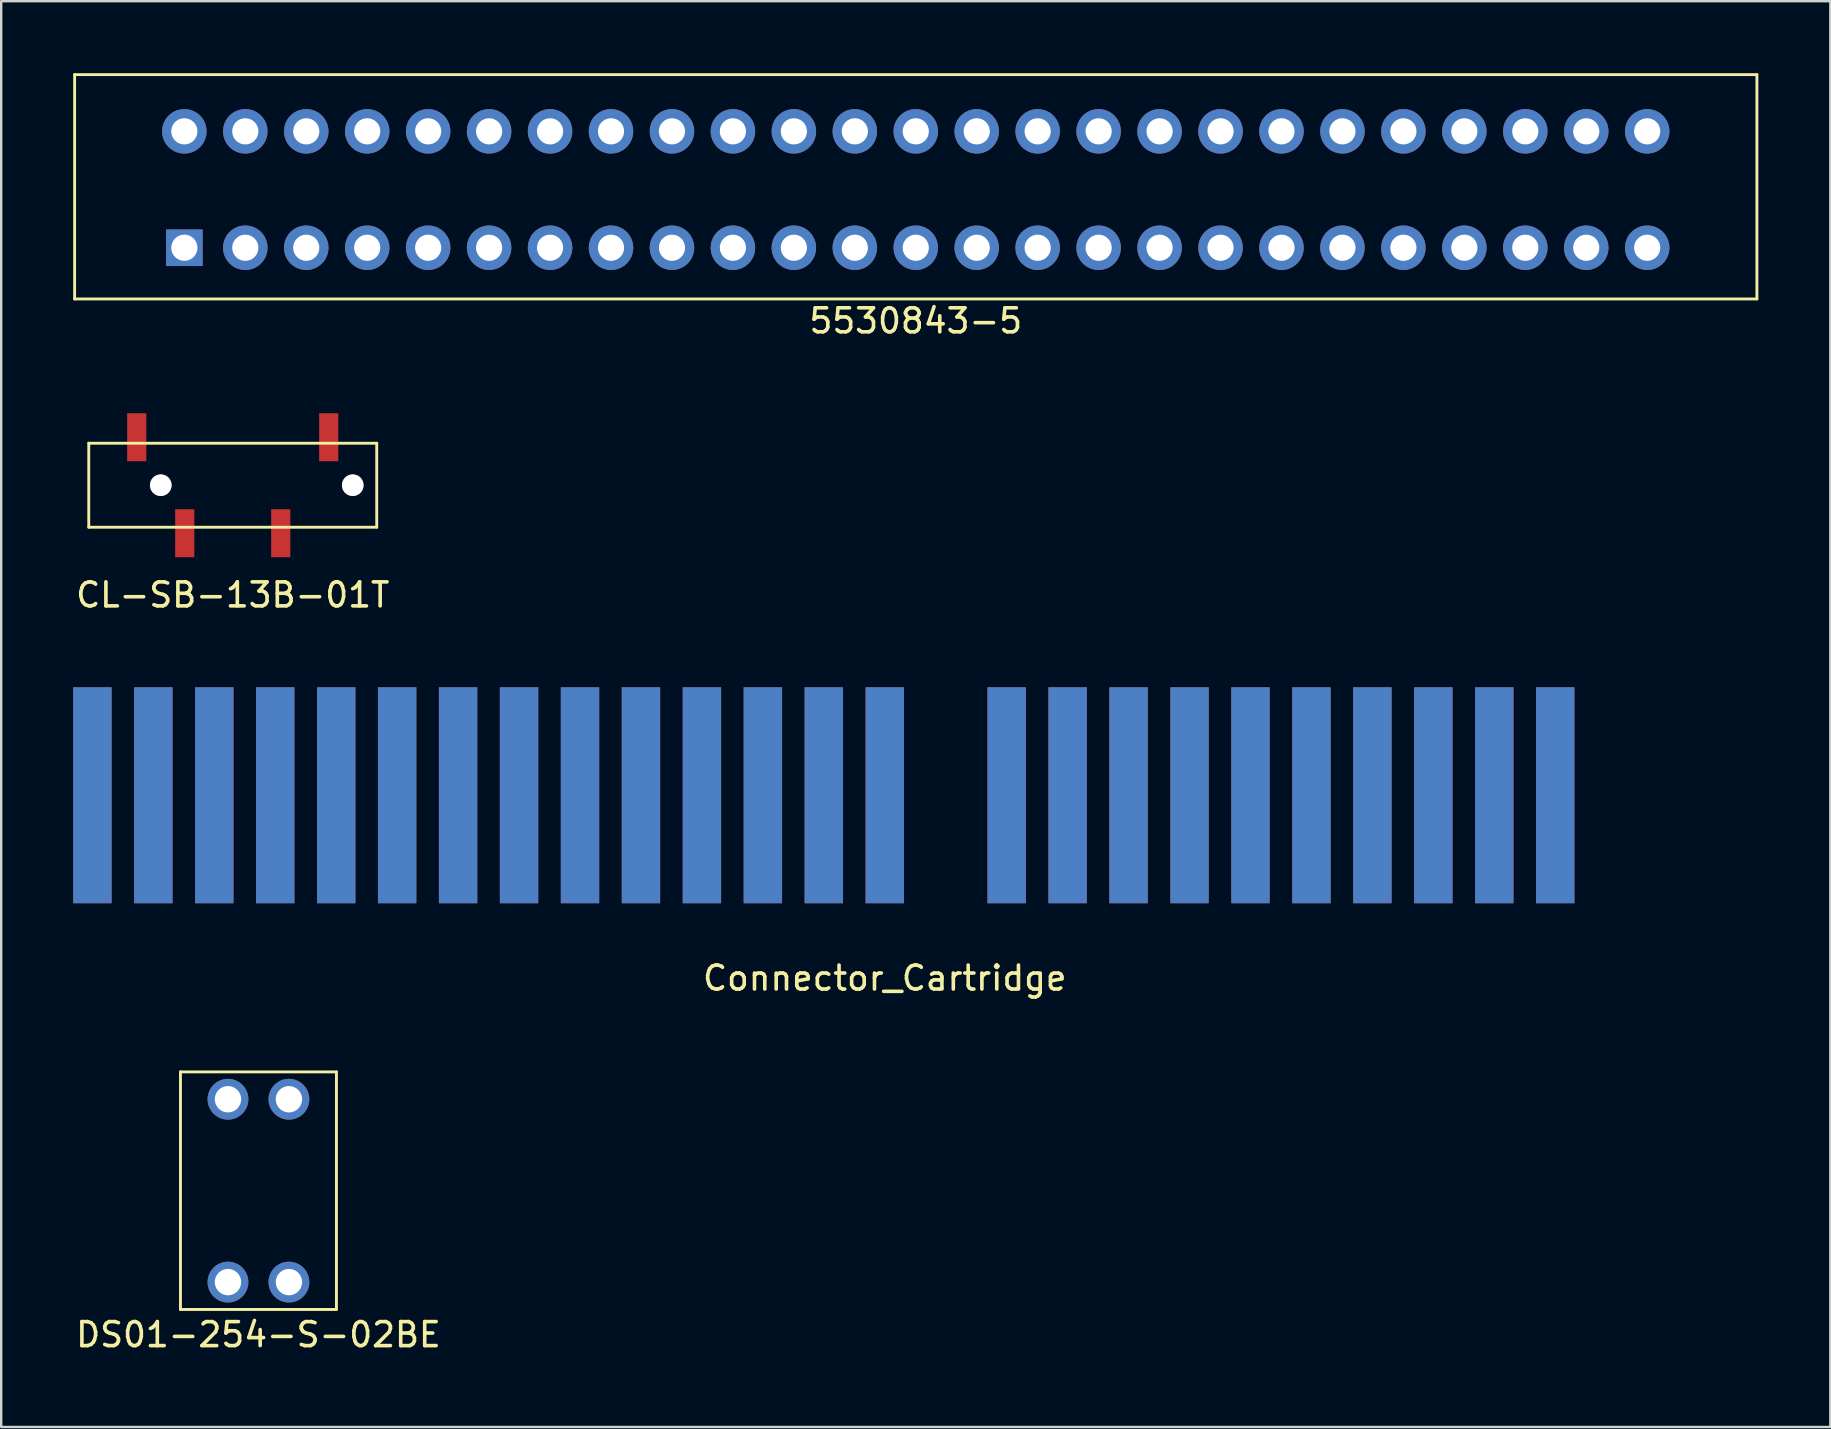
<source format=kicad_pcb>
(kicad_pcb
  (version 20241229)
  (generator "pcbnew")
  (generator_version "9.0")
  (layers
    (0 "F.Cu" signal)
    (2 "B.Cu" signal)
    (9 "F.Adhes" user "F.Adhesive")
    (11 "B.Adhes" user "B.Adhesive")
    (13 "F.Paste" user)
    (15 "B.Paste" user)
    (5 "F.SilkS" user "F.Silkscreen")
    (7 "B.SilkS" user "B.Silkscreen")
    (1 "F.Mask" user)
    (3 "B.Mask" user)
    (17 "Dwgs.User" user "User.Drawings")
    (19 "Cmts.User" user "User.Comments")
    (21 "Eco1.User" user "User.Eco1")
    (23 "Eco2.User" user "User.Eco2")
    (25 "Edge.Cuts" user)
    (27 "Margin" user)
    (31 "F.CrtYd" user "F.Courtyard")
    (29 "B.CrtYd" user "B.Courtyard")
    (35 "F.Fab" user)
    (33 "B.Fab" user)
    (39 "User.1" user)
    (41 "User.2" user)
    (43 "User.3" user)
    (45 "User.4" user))
  (footprint "Connector_Cartridge"
    (layer "F.Cu")
    (at 3.34 36.44)
    (property "Reference" "Connector_Cartridge" (at 30.48 1.27 0) (layer "F.SilkS") (effects (font (size 1 1) (thickness 0.15))))
    (attr through_hole)
    (pad "1" smd rect (at -2.54 -6.35) (size 1.6 9) (layers "F.Cu" "F.Mask" "F.Paste"))
    (pad "2" smd rect (at 0 -6.35) (size 1.6 9) (layers "F.Cu" "F.Mask" "F.Paste"))
    (pad "3" smd rect (at 2.54 -6.35) (size 1.6 9) (layers "F.Cu" "F.Mask" "F.Paste"))
    (pad "4" smd rect (at 5.08 -6.35) (size 1.6 9) (layers "F.Cu" "F.Mask" "F.Paste"))
    (pad "5" smd rect (at 7.62 -6.35) (size 1.6 9) (layers "F.Cu" "F.Mask" "F.Paste"))
    (pad "6" smd rect (at 10.16 -6.35) (size 1.6 9) (layers "F.Cu" "F.Mask" "F.Paste"))
    (pad "7" smd rect (at 12.7 -6.35) (size 1.6 9) (layers "F.Cu" "F.Mask" "F.Paste"))
    (pad "8" smd rect (at 15.24 -6.35) (size 1.6 9) (layers "F.Cu" "F.Mask" "F.Paste"))
    (pad "9" smd rect (at 17.78 -6.35) (size 1.6 9) (layers "F.Cu" "F.Mask" "F.Paste"))
    (pad "10" smd rect (at 20.32 -6.35) (size 1.6 9) (layers "F.Cu" "F.Mask" "F.Paste"))
    (pad "11" smd rect (at 22.86 -6.35) (size 1.6 9) (layers "F.Cu" "F.Mask" "F.Paste"))
    (pad "12" smd rect (at 25.4 -6.35) (size 1.6 9) (layers "F.Cu" "F.Mask" "F.Paste"))
    (pad "13" smd rect (at 27.94 -6.35) (size 1.6 9) (layers "F.Cu" "F.Mask" "F.Paste"))
    (pad "14" smd rect (at 30.48 -6.35) (size 1.6 9) (layers "F.Cu" "F.Mask" "F.Paste"))
    (pad "15" smd rect (at 35.56 -6.35) (size 1.6 9) (layers "F.Cu" "F.Mask" "F.Paste"))
    (pad "16" smd rect (at 38.1 -6.35) (size 1.6 9) (layers "F.Cu" "F.Mask" "F.Paste"))
    (pad "17" smd rect (at 40.64 -6.35) (size 1.6 9) (layers "F.Cu" "F.Mask" "F.Paste"))
    (pad "18" smd rect (at 43.18 -6.35) (size 1.6 9) (layers "F.Cu" "F.Mask" "F.Paste"))
    (pad "19" smd rect (at 45.72 -6.35) (size 1.6 9) (layers "F.Cu" "F.Mask" "F.Paste"))
    (pad "20" smd rect (at 48.26 -6.35) (size 1.6 9) (layers "F.Cu" "F.Mask" "F.Paste"))
    (pad "21" smd rect (at 50.8 -6.35) (size 1.6 9) (layers "F.Cu" "F.Mask" "F.Paste"))
    (pad "22" smd rect (at 53.34 -6.35) (size 1.6 9) (layers "F.Cu" "F.Mask" "F.Paste"))
    (pad "23" smd rect (at 55.88 -6.35) (size 1.6 9) (layers "F.Cu" "F.Mask" "F.Paste"))
    (pad "24" smd rect (at 58.42 -6.35) (size 1.6 9) (layers "F.Cu" "F.Mask" "F.Paste"))
    (pad "25" smd rect (at -2.54 -6.35) (size 1.6 9) (layers "B.Cu" "B.Mask" "B.Paste"))
    (pad "26" smd rect (at 0 -6.35) (size 1.6 9) (layers "B.Cu" "B.Mask" "B.Paste"))
    (pad "27" smd rect (at 2.54 -6.35) (size 1.6 9) (layers "B.Cu" "B.Mask" "B.Paste"))
    (pad "28" smd rect (at 5.08 -6.35) (size 1.6 9) (layers "B.Cu" "B.Mask" "B.Paste"))
    (pad "29" smd rect (at 7.62 -6.35) (size 1.6 9) (layers "B.Cu" "B.Mask" "B.Paste"))
    (pad "30" smd rect (at 10.16 -6.35) (size 1.6 9) (layers "B.Cu" "B.Mask" "B.Paste"))
    (pad "31" smd rect (at 12.7 -6.35) (size 1.6 9) (layers "B.Cu" "B.Mask" "B.Paste"))
    (pad "32" smd rect (at 15.24 -6.35) (size 1.6 9) (layers "B.Cu" "B.Mask" "B.Paste"))
    (pad "33" smd rect (at 17.78 -6.35) (size 1.6 9) (layers "B.Cu" "B.Mask" "B.Paste"))
    (pad "34" smd rect (at 20.32 -6.35) (size 1.6 9) (layers "B.Cu" "B.Mask" "B.Paste"))
    (pad "35" smd rect (at 22.86 -6.35) (size 1.6 9) (layers "B.Cu" "B.Mask" "B.Paste"))
    (pad "36" smd rect (at 25.4 -6.35) (size 1.6 9) (layers "B.Cu" "B.Mask" "B.Paste"))
    (pad "37" smd rect (at 27.94 -6.35) (size 1.6 9) (layers "B.Cu" "B.Mask" "B.Paste"))
    (pad "38" smd rect (at 30.48 -6.35) (size 1.6 9) (layers "B.Cu" "B.Mask" "B.Paste"))
    (pad "39" smd rect (at 35.56 -6.35) (size 1.6 9) (layers "B.Cu" "B.Mask" "B.Paste"))
    (pad "40" smd rect (at 38.1 -6.35) (size 1.6 9) (layers "B.Cu" "B.Mask" "B.Paste"))
    (pad "41" smd rect (at 40.64 -6.35) (size 1.6 9) (layers "B.Cu" "B.Mask" "B.Paste"))
    (pad "42" smd rect (at 43.18 -6.35) (size 1.6 9) (layers "B.Cu" "B.Mask" "B.Paste"))
    (pad "43" smd rect (at 45.72 -6.35) (size 1.6 9) (layers "B.Cu" "B.Mask" "B.Paste"))
    (pad "44" smd rect (at 48.26 -6.35) (size 1.6 9) (layers "B.Cu" "B.Mask" "B.Paste"))
    (pad "45" smd rect (at 50.8 -6.35) (size 1.6 9) (layers "B.Cu" "B.Mask" "B.Paste"))
    (pad "46" smd rect (at 53.34 -6.35) (size 1.6 9) (layers "B.Cu" "B.Mask" "B.Paste"))
    (pad "47" smd rect (at 55.88 -6.35) (size 1.6 9) (layers "B.Cu" "B.Mask" "B.Paste"))
    (pad "48" smd rect (at 58.42 -6.35) (size 1.6 9) (layers "B.Cu" "B.Mask" "B.Paste")))
  (footprint "CL-SB-13B-01T"
    (layer "F.Cu")
    (at 6.649 17.17)
    (property "Reference" "CL-SB-13B-01T" (at 0 4.572 0) (layer "F.SilkS") (effects (font (size 1 1) (thickness 0.15))))
    (attr through_hole)
    (fp_line (start -6 -1.75) (end 6 -1.75) (stroke (width 0.12) (type solid)) (layer "F.SilkS"))
    (fp_line (start -6 1.75) (end -6 -1.75) (stroke (width 0.12) (type solid)) (layer "F.SilkS"))
    (fp_line (start 6 -1.75) (end 6 1.75) (stroke (width 0.12) (type solid)) (layer "F.SilkS"))
    (fp_line (start 6 1.75) (end -6 1.75) (stroke (width 0.12) (type solid)) (layer "F.SilkS"))
    (pad "" thru_hole circle (at -3 0) (size 0.9 0.9) (drill 0.9) (layers "*.Cu" "*.Mask"))
    (pad "" thru_hole circle (at 5 0) (size 0.9 0.9) (drill 0.9) (layers "*.Cu" "*.Mask"))
    (pad "1" smd rect (at -4 -2) (size 0.8 2) (layers "F.Cu" "F.Mask" "F.Paste"))
    (pad "2" smd rect (at -2 2) (size 0.8 2) (layers "F.Cu" "F.Mask" "F.Paste"))
    (pad "3" smd rect (at 2 2) (size 0.8 2) (layers "F.Cu" "F.Mask" "F.Paste"))
    (pad "4" smd rect (at 4 -2) (size 0.8 2) (layers "F.Cu" "F.Mask" "F.Paste")))
  (footprint "5530843-5"
    (layer "F.Cu")
    (at 35.112 4.734)
    (property "Reference" "5530843-5" (at 0 5.588 0) (layer "F.SilkS") (effects (font (size 1 1) (thickness 0.15))))
    (attr through_hole)
    (fp_line (start -35.052 -4.674) (end -35.052 4.674) (stroke (width 0.12) (type solid)) (layer "F.SilkS"))
    (fp_line (start -35.052 4.674) (end 35.052 4.674) (stroke (width 0.12) (type solid)) (layer "F.SilkS"))
    (fp_line (start 35.052 -4.674) (end -35.052 -4.674) (stroke (width 0.12) (type solid)) (layer "F.SilkS"))
    (fp_line (start 35.052 4.674) (end 35.052 -4.674) (stroke (width 0.12) (type solid)) (layer "F.SilkS"))
    (pad "1" thru_hole rect (at -30.48 2.54) (size 1.524 1.524) (drill 1.092) (layers "*.Cu" "*.Mask"))
    (pad "2" thru_hole circle (at -27.94 2.54) (size 1.854 1.854) (drill 1.092) (layers "*.Cu" "*.Mask"))
    (pad "3" thru_hole circle (at -25.4 2.54) (size 1.854 1.854) (drill 1.092) (layers "*.Cu" "*.Mask"))
    (pad "4" thru_hole circle (at -22.86 2.54) (size 1.854 1.854) (drill 1.092) (layers "*.Cu" "*.Mask"))
    (pad "5" thru_hole circle (at -20.32 2.54) (size 1.854 1.854) (drill 1.092) (layers "*.Cu" "*.Mask"))
    (pad "6" thru_hole circle (at -17.78 2.54) (size 1.854 1.854) (drill 1.092) (layers "*.Cu" "*.Mask"))
    (pad "7" thru_hole circle (at -15.24 2.54) (size 1.854 1.854) (drill 1.092) (layers "*.Cu" "*.Mask"))
    (pad "8" thru_hole circle (at -12.7 2.54) (size 1.854 1.854) (drill 1.092) (layers "*.Cu" "*.Mask"))
    (pad "9" thru_hole circle (at -10.16 2.54) (size 1.854 1.854) (drill 1.092) (layers "*.Cu" "*.Mask"))
    (pad "10" thru_hole circle (at -7.62 2.54) (size 1.854 1.854) (drill 1.092) (layers "*.Cu" "*.Mask"))
    (pad "11" thru_hole circle (at -5.08 2.54) (size 1.854 1.854) (drill 1.092) (layers "*.Cu" "*.Mask"))
    (pad "12" thru_hole circle (at -2.54 2.54) (size 1.854 1.854) (drill 1.092) (layers "*.Cu" "*.Mask"))
    (pad "13" thru_hole circle (at 0 2.54) (size 1.854 1.854) (drill 1.092) (layers "*.Cu" "*.Mask"))
    (pad "14" thru_hole circle (at 2.54 2.54) (size 1.854 1.854) (drill 1.092) (layers "*.Cu" "*.Mask"))
    (pad "15" thru_hole circle (at 5.08 2.54) (size 1.854 1.854) (drill 1.092) (layers "*.Cu" "*.Mask"))
    (pad "16" thru_hole circle (at 7.62 2.54) (size 1.854 1.854) (drill 1.092) (layers "*.Cu" "*.Mask"))
    (pad "17" thru_hole circle (at 10.16 2.54) (size 1.854 1.854) (drill 1.092) (layers "*.Cu" "*.Mask"))
    (pad "18" thru_hole circle (at 12.7 2.54) (size 1.854 1.854) (drill 1.092) (layers "*.Cu" "*.Mask"))
    (pad "19" thru_hole circle (at 15.24 2.54) (size 1.854 1.854) (drill 1.092) (layers "*.Cu" "*.Mask"))
    (pad "20" thru_hole circle (at 17.78 2.54) (size 1.854 1.854) (drill 1.092) (layers "*.Cu" "*.Mask"))
    (pad "21" thru_hole circle (at 20.32 2.54) (size 1.854 1.854) (drill 1.092) (layers "*.Cu" "*.Mask"))
    (pad "22" thru_hole circle (at 22.86 2.54) (size 1.854 1.854) (drill 1.092) (layers "*.Cu" "*.Mask"))
    (pad "23" thru_hole circle (at 25.4 2.54) (size 1.854 1.854) (drill 1.092) (layers "*.Cu" "*.Mask"))
    (pad "24" thru_hole circle (at 27.94 2.54) (size 1.854 1.854) (drill 1.092) (layers "*.Cu" "*.Mask"))
    (pad "25" thru_hole circle (at 30.48 2.54) (size 1.854 1.854) (drill 1.092) (layers "*.Cu" "*.Mask"))
    (pad "26" thru_hole circle (at -30.48 -2.311) (size 1.854 1.854) (drill 1.092) (layers "*.Cu" "*.Mask"))
    (pad "27" thru_hole circle (at -27.94 -2.311) (size 1.854 1.854) (drill 1.092) (layers "*.Cu" "*.Mask"))
    (pad "28" thru_hole circle (at -25.4 -2.311) (size 1.854 1.854) (drill 1.092) (layers "*.Cu" "*.Mask"))
    (pad "29" thru_hole circle (at -22.86 -2.311) (size 1.854 1.854) (drill 1.092) (layers "*.Cu" "*.Mask"))
    (pad "30" thru_hole circle (at -20.32 -2.311) (size 1.854 1.854) (drill 1.092) (layers "*.Cu" "*.Mask"))
    (pad "31" thru_hole circle (at -17.78 -2.311) (size 1.854 1.854) (drill 1.092) (layers "*.Cu" "*.Mask"))
    (pad "32" thru_hole circle (at -15.24 -2.311) (size 1.854 1.854) (drill 1.092) (layers "*.Cu" "*.Mask"))
    (pad "33" thru_hole circle (at -12.7 -2.311) (size 1.854 1.854) (drill 1.092) (layers "*.Cu" "*.Mask"))
    (pad "34" thru_hole circle (at -10.16 -2.311) (size 1.854 1.854) (drill 1.092) (layers "*.Cu" "*.Mask"))
    (pad "35" thru_hole circle (at -7.62 -2.311) (size 1.854 1.854) (drill 1.092) (layers "*.Cu" "*.Mask"))
    (pad "36" thru_hole circle (at -5.08 -2.311) (size 1.854 1.854) (drill 1.092) (layers "*.Cu" "*.Mask"))
    (pad "37" thru_hole circle (at -2.54 -2.311) (size 1.854 1.854) (drill 1.092) (layers "*.Cu" "*.Mask"))
    (pad "38" thru_hole circle (at 0 -2.311) (size 1.854 1.854) (drill 1.092) (layers "*.Cu" "*.Mask"))
    (pad "39" thru_hole circle (at 2.54 -2.311) (size 1.854 1.854) (drill 1.092) (layers "*.Cu" "*.Mask"))
    (pad "40" thru_hole circle (at 5.08 -2.311) (size 1.854 1.854) (drill 1.092) (layers "*.Cu" "*.Mask"))
    (pad "41" thru_hole circle (at 7.62 -2.311) (size 1.854 1.854) (drill 1.092) (layers "*.Cu" "*.Mask"))
    (pad "42" thru_hole circle (at 10.16 -2.311) (size 1.854 1.854) (drill 1.092) (layers "*.Cu" "*.Mask"))
    (pad "43" thru_hole circle (at 12.7 -2.311) (size 1.854 1.854) (drill 1.092) (layers "*.Cu" "*.Mask"))
    (pad "44" thru_hole circle (at 15.24 -2.311) (size 1.854 1.854) (drill 1.092) (layers "*.Cu" "*.Mask"))
    (pad "45" thru_hole circle (at 17.78 -2.311) (size 1.854 1.854) (drill 1.092) (layers "*.Cu" "*.Mask"))
    (pad "46" thru_hole circle (at 20.32 -2.311) (size 1.854 1.854) (drill 1.092) (layers "*.Cu" "*.Mask"))
    (pad "47" thru_hole circle (at 22.86 -2.311) (size 1.854 1.854) (drill 1.092) (layers "*.Cu" "*.Mask"))
    (pad "48" thru_hole circle (at 25.4 -2.311) (size 1.854 1.854) (drill 1.092) (layers "*.Cu" "*.Mask"))
    (pad "49" thru_hole circle (at 27.94 -2.311) (size 1.854 1.854) (drill 1.092) (layers "*.Cu" "*.Mask"))
    (pad "50" thru_hole circle (at 30.48 -2.311) (size 1.854 1.854) (drill 1.092) (layers "*.Cu" "*.Mask")))
  (footprint "DS01-254-S-02BE"
    (layer "F.Cu")
    (at 7.72 46.568)
    (property "Reference" "DS01-254-S-02BE" (at 0 6 0) (layer "F.SilkS") (effects (font (size 1 1) (thickness 0.15))))
    (attr through_hole)
    (fp_line (start -3.25 -4.95) (end 3.25 -4.95) (stroke (width 0.12) (type solid)) (layer "F.SilkS"))
    (fp_line (start -3.25 4.95) (end -3.25 -4.95) (stroke (width 0.12) (type solid)) (layer "F.SilkS"))
    (fp_line (start 3.25 -4.95) (end 3.25 4.95) (stroke (width 0.12) (type solid)) (layer "F.SilkS"))
    (fp_line (start 3.25 4.95) (end -3.25 4.95) (stroke (width 0.12) (type solid)) (layer "F.SilkS"))
    (pad "1" thru_hole circle (at -1.27 -3.81) (size 1.7 1.7) (drill 1.1) (layers "*.Cu" "*.Mask"))
    (pad "2" thru_hole circle (at 1.27 -3.81) (size 1.7 1.7) (drill 1.1) (layers "*.Cu" "*.Mask"))
    (pad "3" thru_hole circle (at 1.27 3.81) (size 1.7 1.7) (drill 1.1) (layers "*.Cu" "*.Mask"))
    (pad "4" thru_hole circle (at -1.27 3.81) (size 1.7 1.7) (drill 1.1) (layers "*.Cu" "*.Mask")))
  (gr_rect
    (start -3 -3)
    (end 73.224 56.417)
    (stroke (width 0.1) (type default))
    (fill no)
    (layer "Edge.Cuts")))
</source>
